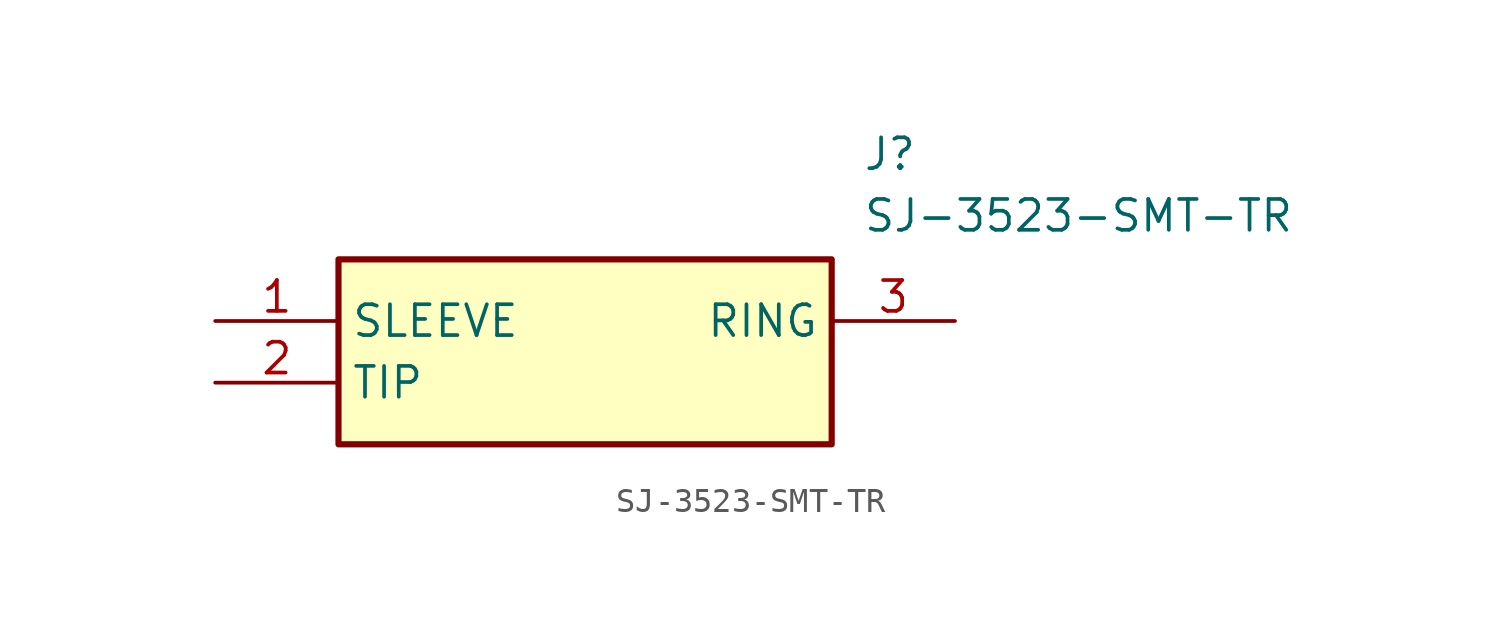
<source format=kicad_sym>
(kicad_symbol_lib
  (version 20211014)
  (generator SamacSys_ECAD_Model)
  (symbol "SJ-3523-SMT-TR"
    (property "Reference" "J"
      (at 26.67 7.62 0)
      (effects (font (size 1.27 1.27)) (justify left top)))
    (property "Value" "SJ-3523-SMT-TR"
      (at 26.67 5.08 0)
      (effects (font (size 1.27 1.27)) (justify left top)))
    (rectangle
      (start 5.08 2.54)
      (end 25.4 -5.08)
      (stroke (width 0.254) (type default))
      (fill (type background)))
    (pin passive line
      (at 0 0 0)
      (length 5.08)
      (name "SLEEVE" (effects (font (size 1.27 1.27))))
      (number "1" (effects (font (size 1.27 1.27)))))
    (pin passive line
      (at 0 -2.54 0)
      (length 5.08)
      (name "TIP" (effects (font (size 1.27 1.27))))
      (number "2" (effects (font (size 1.27 1.27)))))
    (pin passive line
      (at 30.48 0 180)
      (length 5.08)
      (name "RING" (effects (font (size 1.27 1.27))))
      (number "3" (effects (font (size 1.27 1.27)))))))
</source>
